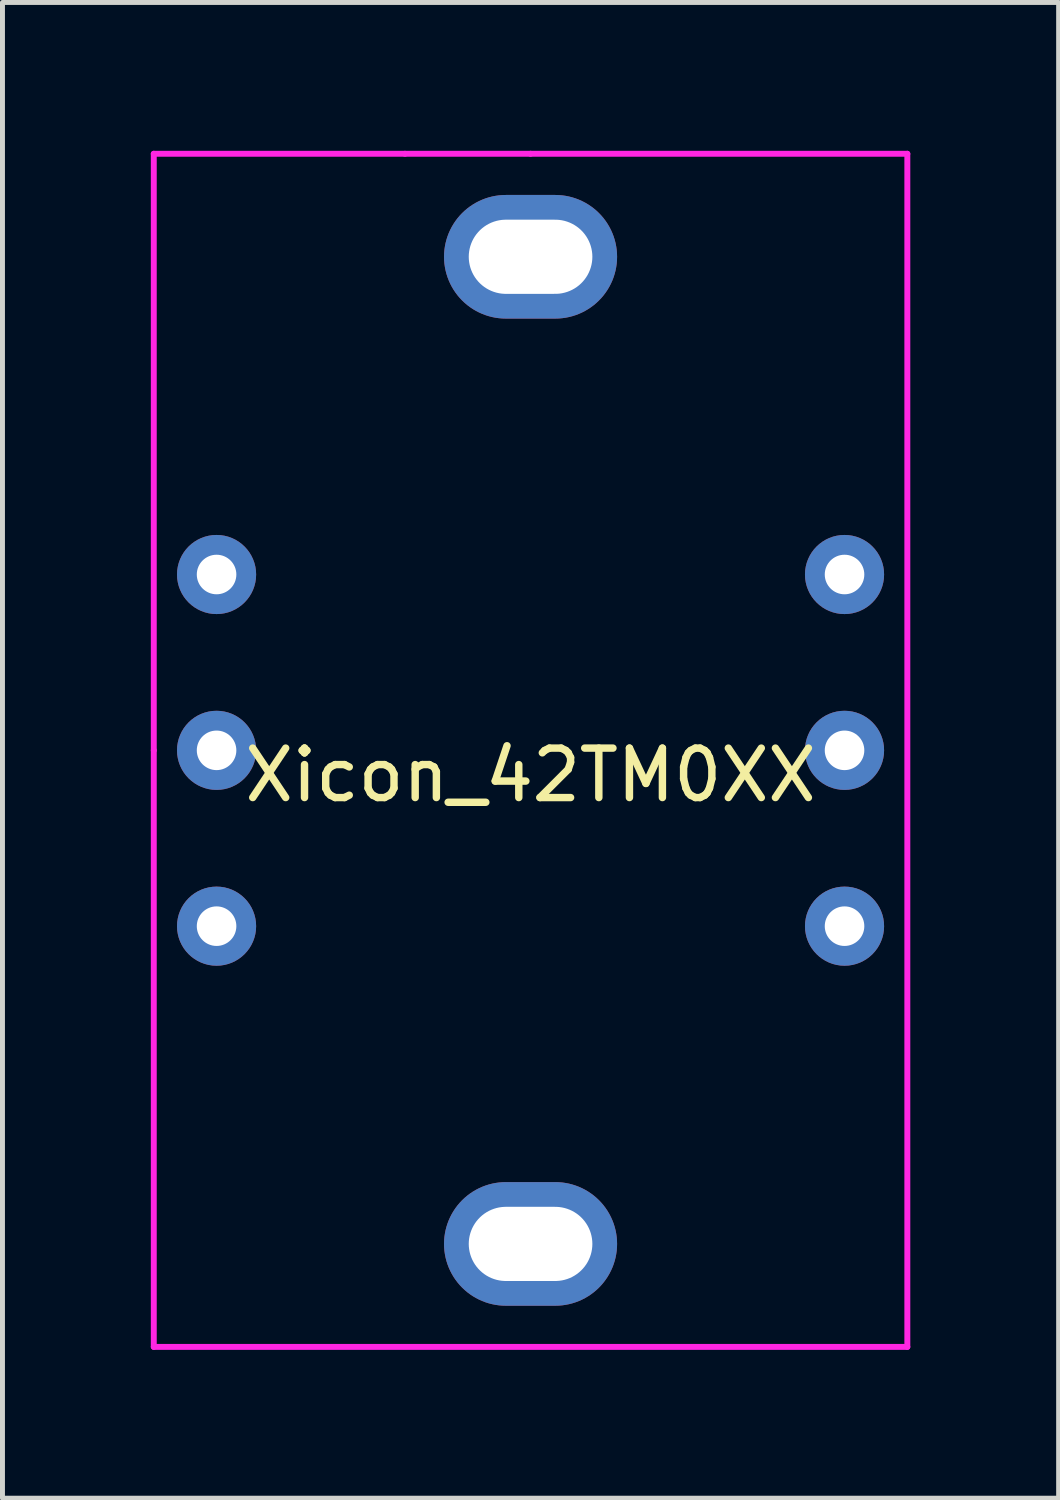
<source format=kicad_pcb>
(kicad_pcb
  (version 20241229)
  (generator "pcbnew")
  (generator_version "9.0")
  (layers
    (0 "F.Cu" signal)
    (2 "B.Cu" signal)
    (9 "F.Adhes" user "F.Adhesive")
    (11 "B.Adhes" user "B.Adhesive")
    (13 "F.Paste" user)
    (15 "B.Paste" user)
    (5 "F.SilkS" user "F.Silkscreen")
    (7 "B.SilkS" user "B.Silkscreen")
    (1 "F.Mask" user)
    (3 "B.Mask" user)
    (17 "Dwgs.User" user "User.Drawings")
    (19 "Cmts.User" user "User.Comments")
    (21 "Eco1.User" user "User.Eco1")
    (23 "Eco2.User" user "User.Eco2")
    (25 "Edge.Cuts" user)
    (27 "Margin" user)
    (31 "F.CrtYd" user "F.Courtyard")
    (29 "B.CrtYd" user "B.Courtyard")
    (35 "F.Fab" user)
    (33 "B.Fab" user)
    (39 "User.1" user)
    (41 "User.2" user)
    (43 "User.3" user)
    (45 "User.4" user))
  (footprint "Xicon_42TM0XX"
    (layer "F.Cu")
    (at 7.68 12.125)
    (property "Reference" "Xicon_42TM0XX" (at 0 0.5 0) (layer "F.SilkS") (effects (font (size 1 1) (thickness 0.15))))
    (attr through_hole)
    (fp_line (start -7.62 -12.065) (end -2.54 -12.065) (stroke (width 0.12) (type solid)) (layer "F.CrtYd"))
    (fp_line (start -7.62 0) (end -7.62 -12.065) (stroke (width 0.12) (type solid)) (layer "F.CrtYd"))
    (fp_line (start -7.62 12.065) (end -7.62 0) (stroke (width 0.12) (type solid)) (layer "F.CrtYd"))
    (fp_line (start 0 -12.065) (end -2.54 -12.065) (stroke (width 0.12) (type solid)) (layer "F.CrtYd"))
    (fp_line (start 0 -12.065) (end 7.62 -12.065) (stroke (width 0.12) (type solid)) (layer "F.CrtYd"))
    (fp_line (start 7.62 -12.065) (end 7.62 12.065) (stroke (width 0.12) (type solid)) (layer "F.CrtYd"))
    (fp_line (start 7.62 12.065) (end -7.62 12.065) (stroke (width 0.12) (type solid)) (layer "F.CrtYd"))
    (pad "1" thru_hole circle (at -6.35 -3.556) (size 1.6 1.6) (drill 0.8) (layers "*.Cu" "*.Mask"))
    (pad "2" thru_hole circle (at -6.35 0) (size 1.6 1.6) (drill 0.8) (layers "*.Cu" "*.Mask"))
    (pad "3" thru_hole circle (at -6.35 3.556) (size 1.6 1.6) (drill 0.8) (layers "*.Cu" "*.Mask"))
    (pad "4" thru_hole circle (at 6.35 -3.556) (size 1.6 1.6) (drill 0.8) (layers "*.Cu" "*.Mask"))
    (pad "5" thru_hole circle (at 6.35 0) (size 1.6 1.6) (drill 0.8) (layers "*.Cu" "*.Mask"))
    (pad "6" thru_hole circle (at 6.35 3.556) (size 1.6 1.6) (drill 0.8) (layers "*.Cu" "*.Mask"))
    (pad "MP" thru_hole oval (at 0 -9.982) (size 3.5 2.5) (drill oval 2.5 1.5) (layers "*.Cu" "*.Mask"))
    (pad "MP" thru_hole oval (at 0 9.982) (size 3.5 2.5) (drill oval 2.5 1.5) (layers "*.Cu" "*.Mask")))
  (gr_rect
    (start -3 -3)
    (end 18.36 27.25)
    (stroke (width 0.1) (type default))
    (fill no)
    (layer "Edge.Cuts")))
</source>
